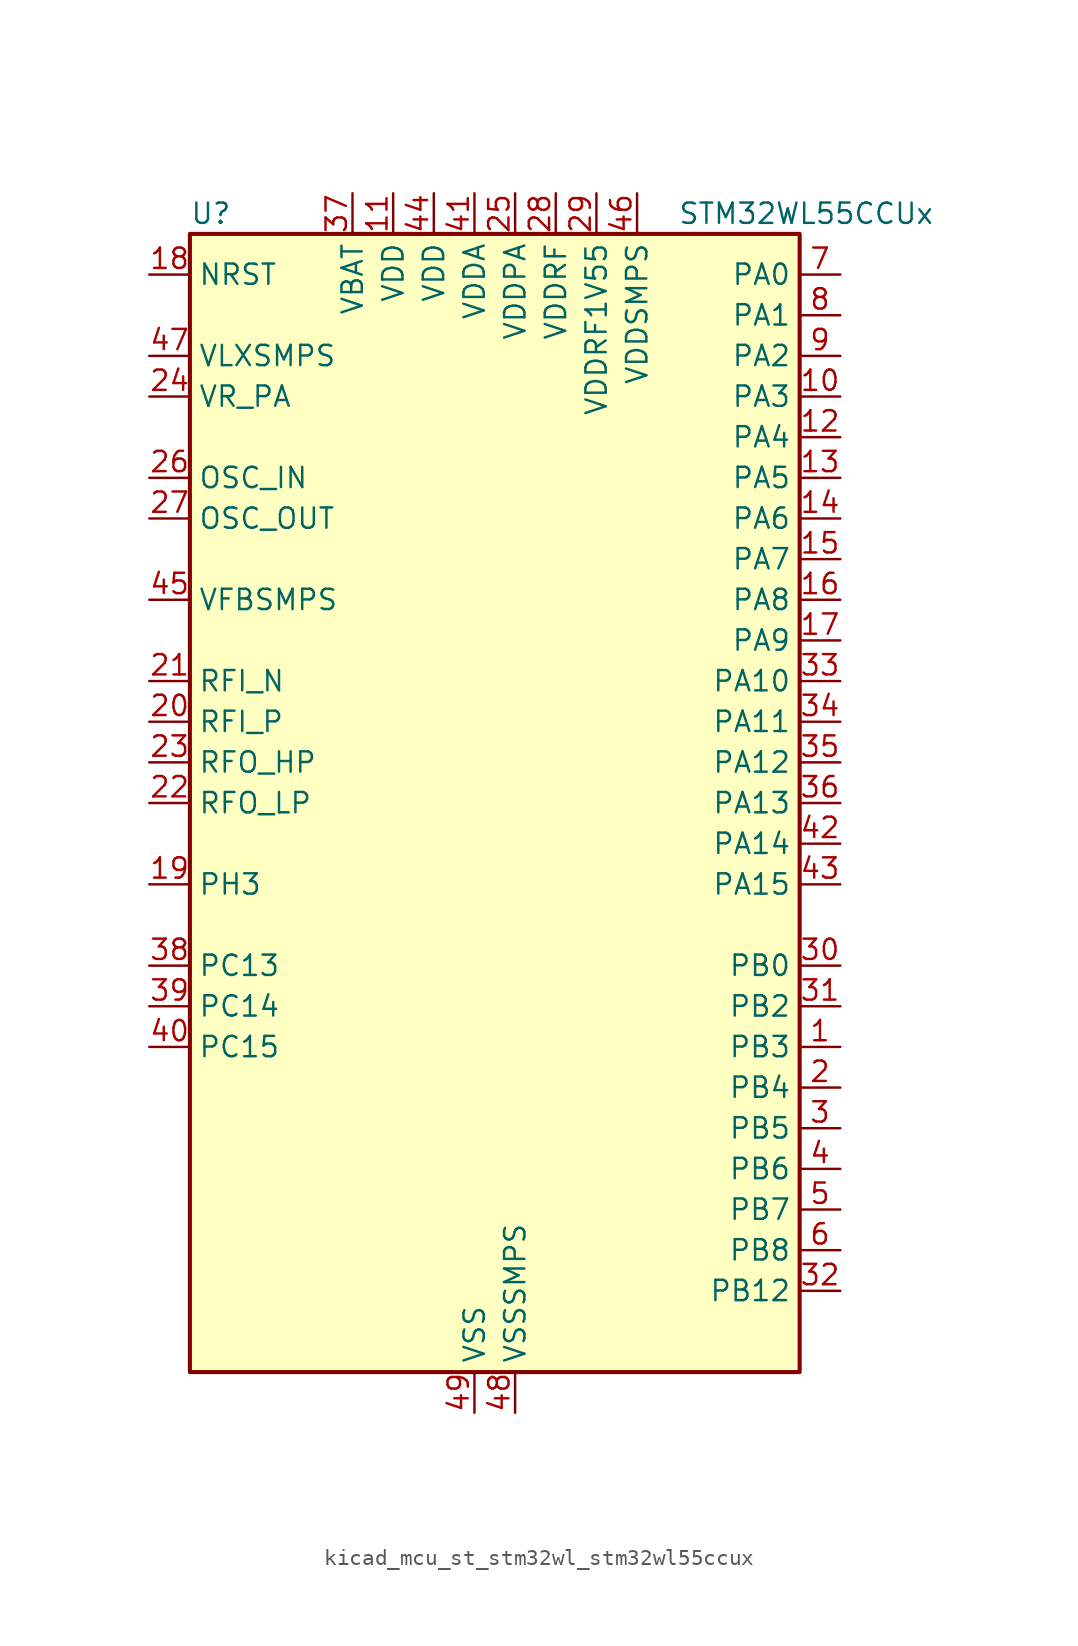
<source format=kicad_sym>
(kicad_symbol_lib
  (version 20220914)
  (generator kicad_symbol_editor)
  (symbol "kicad_mcu_st_stm32wl_stm32wl55ccux"
    (property "Reference" "U"
      (at -17.78 36.83 0)
      (effects (font (size 1.27 1.27)) (justify left)))
    (property "Value" "STM32WL55CCUx"
      (at 12.7 36.83 0)
      (effects (font (size 1.27 1.27)) (justify left)))
    (property "ki_locked" ""
      (at 0 0 0)
      (effects (font (size 1.27 1.27))))
    (symbol "kicad_mcu_st_stm32wl_stm32wl55ccux_0_1"
      (rectangle (start -17.78 -35.56) (end 20.32 35.56) (stroke (width 0.254) (type default)) (fill (type background))))
    (symbol "kicad_mcu_st_stm32wl_stm32wl55ccux_1_1"
      (pin bidirectional line (at 22.86 -15.24 180) (length 2.54) (name "PB3" (effects (font (size 1.27 1.27)))) (number "1" (effects (font (size 1.27 1.27)))) (alternate "ADC_IN2" bidirectional line) (alternate "COMP1_INM" bidirectional line) (alternate "COMP2_INM" bidirectional line) (alternate "DEBUG_JTDO-SWO" bidirectional line) (alternate "DEBUG_RF-DTB1" bidirectional line) (alternate "PWR_WKUP3" bidirectional line) (alternate "RTC_TAMP_IN3" bidirectional line) (alternate "SPI1_SCK" bidirectional line) (alternate "TIM2_CH2" bidirectional line) (alternate "USART1_DE" bidirectional line) (alternate "USART1_RTS" bidirectional line))
      (pin bidirectional line (at 22.86 25.4 180) (length 2.54) (name "PA3" (effects (font (size 1.27 1.27)))) (number "10" (effects (font (size 1.27 1.27)))) (alternate "I2S2_MCK" bidirectional line) (alternate "LPUART1_RX" bidirectional line) (alternate "TIM2_CH4" bidirectional line) (alternate "USART2_RX" bidirectional line))
      (pin power_in line (at -5.08 38.1 270) (length 2.54) (name "VDD" (effects (font (size 1.27 1.27)))) (number "11" (effects (font (size 1.27 1.27)))))
      (pin bidirectional line (at 22.86 22.86 180) (length 2.54) (name "PA4" (effects (font (size 1.27 1.27)))) (number "12" (effects (font (size 1.27 1.27)))) (alternate "DEBUG_SUBGHZSPI-NSSOUT" bidirectional line) (alternate "LPTIM1_OUT" bidirectional line) (alternate "LPTIM2_OUT" bidirectional line) (alternate "RTC_OUT2" bidirectional line) (alternate "SPI1_NSS" bidirectional line) (alternate "USART2_CK" bidirectional line))
      (pin bidirectional line (at 22.86 20.32 180) (length 2.54) (name "PA5" (effects (font (size 1.27 1.27)))) (number "13" (effects (font (size 1.27 1.27)))) (alternate "DEBUG_SUBGHZSPI-SCKOUT" bidirectional line) (alternate "LPTIM2_ETR" bidirectional line) (alternate "SPI1_SCK" bidirectional line) (alternate "SPI2_MISO" bidirectional line) (alternate "TIM2_CH1" bidirectional line) (alternate "TIM2_ETR" bidirectional line))
      (pin bidirectional line (at 22.86 17.78 180) (length 2.54) (name "PA6" (effects (font (size 1.27 1.27)))) (number "14" (effects (font (size 1.27 1.27)))) (alternate "DEBUG_SUBGHZSPI-MISOOUT" bidirectional line) (alternate "I2C2_SMBA" bidirectional line) (alternate "LPUART1_CTS" bidirectional line) (alternate "SPI1_MISO" bidirectional line) (alternate "TIM16_CH1" bidirectional line) (alternate "TIM1_BKIN" bidirectional line))
      (pin bidirectional line (at 22.86 15.24 180) (length 2.54) (name "PA7" (effects (font (size 1.27 1.27)))) (number "15" (effects (font (size 1.27 1.27)))) (alternate "COMP2_OUT" bidirectional line) (alternate "DEBUG_SUBGHZSPI-MOSIOUT" bidirectional line) (alternate "I2C3_SCL" bidirectional line) (alternate "SPI1_MOSI" bidirectional line) (alternate "TIM17_CH1" bidirectional line) (alternate "TIM1_CH1N" bidirectional line))
      (pin bidirectional line (at 22.86 12.7 180) (length 2.54) (name "PA8" (effects (font (size 1.27 1.27)))) (number "16" (effects (font (size 1.27 1.27)))) (alternate "I2S2_CK" bidirectional line) (alternate "LPTIM2_OUT" bidirectional line) (alternate "RCC_MCO" bidirectional line) (alternate "SPI2_SCK" bidirectional line) (alternate "TIM1_CH1" bidirectional line) (alternate "USART1_CK" bidirectional line))
      (pin bidirectional line (at 22.86 10.16 180) (length 2.54) (name "PA9" (effects (font (size 1.27 1.27)))) (number "17" (effects (font (size 1.27 1.27)))) (alternate "DAC_EXTI9" bidirectional line) (alternate "I2C1_SCL" bidirectional line) (alternate "I2S2_CK" bidirectional line) (alternate "I2S2_WS" bidirectional line) (alternate "SPI2_NSS" bidirectional line) (alternate "SPI2_SCK" bidirectional line) (alternate "TIM1_CH2" bidirectional line) (alternate "USART1_TX" bidirectional line))
      (pin input line (at -20.32 33.02 0) (length 2.54) (name "NRST" (effects (font (size 1.27 1.27)))) (number "18" (effects (font (size 1.27 1.27)))))
      (pin bidirectional line (at -20.32 -5.08 0) (length 2.54) (name "PH3" (effects (font (size 1.27 1.27)))) (number "19" (effects (font (size 1.27 1.27)))))
      (pin bidirectional line (at 22.86 -17.78 180) (length 2.54) (name "PB4" (effects (font (size 1.27 1.27)))) (number "2" (effects (font (size 1.27 1.27)))) (alternate "ADC_IN3" bidirectional line) (alternate "COMP1_INP" bidirectional line) (alternate "COMP2_INP" bidirectional line) (alternate "DEBUG_JTRST" bidirectional line) (alternate "DEBUG_RF-LDORDY" bidirectional line) (alternate "I2C3_SDA" bidirectional line) (alternate "SPI1_MISO" bidirectional line) (alternate "TIM17_BKIN" bidirectional line) (alternate "USART1_CTS" bidirectional line) (alternate "USART1_NSS" bidirectional line))
      (pin bidirectional line (at -20.32 5.08 0) (length 2.54) (name "RFI_P" (effects (font (size 1.27 1.27)))) (number "20" (effects (font (size 1.27 1.27)))))
      (pin bidirectional line (at -20.32 7.62 0) (length 2.54) (name "RFI_N" (effects (font (size 1.27 1.27)))) (number "21" (effects (font (size 1.27 1.27)))))
      (pin bidirectional line (at -20.32 0 0) (length 2.54) (name "RFO_LP" (effects (font (size 1.27 1.27)))) (number "22" (effects (font (size 1.27 1.27)))))
      (pin bidirectional line (at -20.32 2.54 0) (length 2.54) (name "RFO_HP" (effects (font (size 1.27 1.27)))) (number "23" (effects (font (size 1.27 1.27)))))
      (pin power_in line (at -20.32 25.4 0) (length 2.54) (name "VR_PA" (effects (font (size 1.27 1.27)))) (number "24" (effects (font (size 1.27 1.27)))))
      (pin power_in line (at 2.54 38.1 270) (length 2.54) (name "VDDPA" (effects (font (size 1.27 1.27)))) (number "25" (effects (font (size 1.27 1.27)))))
      (pin input line (at -20.32 20.32 0) (length 2.54) (name "OSC_IN" (effects (font (size 1.27 1.27)))) (number "26" (effects (font (size 1.27 1.27)))) (alternate "RCC_OSC_IN" bidirectional line))
      (pin input line (at -20.32 17.78 0) (length 2.54) (name "OSC_OUT" (effects (font (size 1.27 1.27)))) (number "27" (effects (font (size 1.27 1.27)))) (alternate "RCC_OSC_OUT" bidirectional line))
      (pin power_in line (at 5.08 38.1 270) (length 2.54) (name "VDDRF" (effects (font (size 1.27 1.27)))) (number "28" (effects (font (size 1.27 1.27)))))
      (pin power_in line (at 7.62 38.1 270) (length 2.54) (name "VDDRF1V55" (effects (font (size 1.27 1.27)))) (number "29" (effects (font (size 1.27 1.27)))))
      (pin bidirectional line (at 22.86 -20.32 180) (length 2.54) (name "PB5" (effects (font (size 1.27 1.27)))) (number "3" (effects (font (size 1.27 1.27)))) (alternate "COMP2_OUT" bidirectional line) (alternate "I2C1_SMBA" bidirectional line) (alternate "LPTIM1_IN1" bidirectional line) (alternate "SPI1_MOSI" bidirectional line) (alternate "TIM16_BKIN" bidirectional line) (alternate "USART1_CK" bidirectional line))
      (pin bidirectional line (at 22.86 -10.16 180) (length 2.54) (name "PB0" (effects (font (size 1.27 1.27)))) (number "30" (effects (font (size 1.27 1.27)))) (alternate "COMP1_OUT" bidirectional line) (alternate "VDDTCXO" bidirectional line))
      (pin bidirectional line (at 22.86 -12.7 180) (length 2.54) (name "PB2" (effects (font (size 1.27 1.27)))) (number "31" (effects (font (size 1.27 1.27)))) (alternate "ADC_IN4" bidirectional line) (alternate "COMP1_INP" bidirectional line) (alternate "COMP2_INM" bidirectional line) (alternate "DEBUG_RF-SMPSRDY" bidirectional line) (alternate "I2C3_SMBA" bidirectional line) (alternate "LPTIM1_OUT" bidirectional line) (alternate "SPI1_NSS" bidirectional line))
      (pin bidirectional line (at 22.86 -30.48 180) (length 2.54) (name "PB12" (effects (font (size 1.27 1.27)))) (number "32" (effects (font (size 1.27 1.27)))) (alternate "I2C3_SMBA" bidirectional line) (alternate "I2S2_WS" bidirectional line) (alternate "LPUART1_RTS" bidirectional line) (alternate "SPI2_NSS" bidirectional line) (alternate "TIM1_BKIN" bidirectional line))
      (pin bidirectional line (at 22.86 7.62 180) (length 2.54) (name "PA10" (effects (font (size 1.27 1.27)))) (number "33" (effects (font (size 1.27 1.27)))) (alternate "ADC_IN6" bidirectional line) (alternate "COMP1_INM" bidirectional line) (alternate "COMP2_INM" bidirectional line) (alternate "DAC_OUT1" bidirectional line) (alternate "DEBUG_RF-HSE32RDY" bidirectional line) (alternate "I2C1_SDA" bidirectional line) (alternate "I2S2_SD" bidirectional line) (alternate "RTC_REFIN" bidirectional line) (alternate "SPI2_MOSI" bidirectional line) (alternate "TIM17_BKIN" bidirectional line) (alternate "TIM1_CH3" bidirectional line) (alternate "USART1_RX" bidirectional line))
      (pin bidirectional line (at 22.86 5.08 180) (length 2.54) (name "PA11" (effects (font (size 1.27 1.27)))) (number "34" (effects (font (size 1.27 1.27)))) (alternate "ADC_EXTI11" bidirectional line) (alternate "ADC_IN7" bidirectional line) (alternate "COMP1_INM" bidirectional line) (alternate "COMP2_INM" bidirectional line) (alternate "DEBUG_RF-NRESET" bidirectional line) (alternate "I2C2_SDA" bidirectional line) (alternate "LPTIM3_ETR" bidirectional line) (alternate "SPI1_MISO" bidirectional line) (alternate "TIM1_BKIN2" bidirectional line) (alternate "TIM1_CH4" bidirectional line) (alternate "USART1_CTS" bidirectional line) (alternate "USART1_NSS" bidirectional line))
      (pin bidirectional line (at 22.86 2.54 180) (length 2.54) (name "PA12" (effects (font (size 1.27 1.27)))) (number "35" (effects (font (size 1.27 1.27)))) (alternate "ADC_IN8" bidirectional line) (alternate "DEBUG_RF-BUSY" bidirectional line) (alternate "I2C2_SCL" bidirectional line) (alternate "LPTIM3_IN1" bidirectional line) (alternate "SPI1_MOSI" bidirectional line) (alternate "TIM1_ETR" bidirectional line) (alternate "USART1_DE" bidirectional line) (alternate "USART1_RTS" bidirectional line))
      (pin bidirectional line (at 22.86 0 180) (length 2.54) (name "PA13" (effects (font (size 1.27 1.27)))) (number "36" (effects (font (size 1.27 1.27)))) (alternate "ADC_IN9" bidirectional line) (alternate "DEBUG_JTMS-SWDIO" bidirectional line) (alternate "I2C2_SMBA" bidirectional line) (alternate "IR_OUT" bidirectional line))
      (pin power_in line (at -7.62 38.1 270) (length 2.54) (name "VBAT" (effects (font (size 1.27 1.27)))) (number "37" (effects (font (size 1.27 1.27)))))
      (pin bidirectional line (at -20.32 -10.16 0) (length 2.54) (name "PC13" (effects (font (size 1.27 1.27)))) (number "38" (effects (font (size 1.27 1.27)))) (alternate "PWR_WKUP2" bidirectional line) (alternate "RTC_OUT1" bidirectional line) (alternate "RTC_TAMP_IN1" bidirectional line) (alternate "RTC_TS" bidirectional line))
      (pin bidirectional line (at -20.32 -12.7 0) (length 2.54) (name "PC14" (effects (font (size 1.27 1.27)))) (number "39" (effects (font (size 1.27 1.27)))) (alternate "RCC_OSC32_IN" bidirectional line))
      (pin bidirectional line (at 22.86 -22.86 180) (length 2.54) (name "PB6" (effects (font (size 1.27 1.27)))) (number "4" (effects (font (size 1.27 1.27)))) (alternate "I2C1_SCL" bidirectional line) (alternate "LPTIM1_ETR" bidirectional line) (alternate "TIM16_CH1N" bidirectional line) (alternate "USART1_TX" bidirectional line))
      (pin bidirectional line (at -20.32 -15.24 0) (length 2.54) (name "PC15" (effects (font (size 1.27 1.27)))) (number "40" (effects (font (size 1.27 1.27)))) (alternate "RCC_OSC32_OUT" bidirectional line))
      (pin power_in line (at 0 38.1 270) (length 2.54) (name "VDDA" (effects (font (size 1.27 1.27)))) (number "41" (effects (font (size 1.27 1.27)))))
      (pin bidirectional line (at 22.86 -2.54 180) (length 2.54) (name "PA14" (effects (font (size 1.27 1.27)))) (number "42" (effects (font (size 1.27 1.27)))) (alternate "ADC_IN10" bidirectional line) (alternate "DEBUG_JTCK-SWCLK" bidirectional line) (alternate "I2C1_SMBA" bidirectional line) (alternate "LPTIM1_OUT" bidirectional line))
      (pin bidirectional line (at 22.86 -5.08 180) (length 2.54) (name "PA15" (effects (font (size 1.27 1.27)))) (number "43" (effects (font (size 1.27 1.27)))) (alternate "ADC_IN11" bidirectional line) (alternate "COMP1_INM" bidirectional line) (alternate "COMP2_INP" bidirectional line) (alternate "DEBUG_JTDI" bidirectional line) (alternate "I2C2_SDA" bidirectional line) (alternate "SPI1_NSS" bidirectional line) (alternate "TIM2_CH1" bidirectional line) (alternate "TIM2_ETR" bidirectional line))
      (pin power_in line (at -2.54 38.1 270) (length 2.54) (name "VDD" (effects (font (size 1.27 1.27)))) (number "44" (effects (font (size 1.27 1.27)))))
      (pin input line (at -20.32 12.7 0) (length 2.54) (name "VFBSMPS" (effects (font (size 1.27 1.27)))) (number "45" (effects (font (size 1.27 1.27)))))
      (pin power_in line (at 10.16 38.1 270) (length 2.54) (name "VDDSMPS" (effects (font (size 1.27 1.27)))) (number "46" (effects (font (size 1.27 1.27)))))
      (pin power_in line (at -20.32 27.94 0) (length 2.54) (name "VLXSMPS" (effects (font (size 1.27 1.27)))) (number "47" (effects (font (size 1.27 1.27)))))
      (pin power_in line (at 2.54 -38.1 90) (length 2.54) (name "VSSSMPS" (effects (font (size 1.27 1.27)))) (number "48" (effects (font (size 1.27 1.27)))))
      (pin power_in line (at 0 -38.1 90) (length 2.54) (name "VSS" (effects (font (size 1.27 1.27)))) (number "49" (effects (font (size 1.27 1.27)))))
      (pin bidirectional line (at 22.86 -25.4 180) (length 2.54) (name "PB7" (effects (font (size 1.27 1.27)))) (number "5" (effects (font (size 1.27 1.27)))) (alternate "I2C1_SDA" bidirectional line) (alternate "LPTIM1_IN2" bidirectional line) (alternate "PWR_PVD_IN" bidirectional line) (alternate "TIM17_CH1N" bidirectional line) (alternate "TIM1_BKIN" bidirectional line) (alternate "USART1_RX" bidirectional line))
      (pin bidirectional line (at 22.86 -27.94 180) (length 2.54) (name "PB8" (effects (font (size 1.27 1.27)))) (number "6" (effects (font (size 1.27 1.27)))) (alternate "I2C1_SCL" bidirectional line) (alternate "TIM16_CH1" bidirectional line) (alternate "TIM1_CH2N" bidirectional line))
      (pin bidirectional line (at 22.86 33.02 180) (length 2.54) (name "PA0" (effects (font (size 1.27 1.27)))) (number "7" (effects (font (size 1.27 1.27)))) (alternate "COMP1_OUT" bidirectional line) (alternate "DEBUG_PWR-REGLP1S" bidirectional line) (alternate "I2C3_SMBA" bidirectional line) (alternate "I2S_CKIN" bidirectional line) (alternate "PWR_WKUP1" bidirectional line) (alternate "RTC_TAMP_IN2" bidirectional line) (alternate "TIM2_CH1" bidirectional line) (alternate "TIM2_ETR" bidirectional line) (alternate "USART2_CTS" bidirectional line) (alternate "USART2_NSS" bidirectional line))
      (pin bidirectional line (at 22.86 30.48 180) (length 2.54) (name "PA1" (effects (font (size 1.27 1.27)))) (number "8" (effects (font (size 1.27 1.27)))) (alternate "DEBUG_PWR-REGLP2S" bidirectional line) (alternate "I2C1_SMBA" bidirectional line) (alternate "LPTIM3_OUT" bidirectional line) (alternate "LPUART1_RTS" bidirectional line) (alternate "SPI1_SCK" bidirectional line) (alternate "TIM2_CH2" bidirectional line) (alternate "USART2_DE" bidirectional line) (alternate "USART2_RTS" bidirectional line))
      (pin bidirectional line (at 22.86 27.94 180) (length 2.54) (name "PA2" (effects (font (size 1.27 1.27)))) (number "9" (effects (font (size 1.27 1.27)))) (alternate "COMP2_OUT" bidirectional line) (alternate "DEBUG_PWR-LDORDY" bidirectional line) (alternate "LPUART1_TX" bidirectional line) (alternate "RCC_LSCO" bidirectional line) (alternate "TIM2_CH3" bidirectional line) (alternate "USART2_TX" bidirectional line)))))
</source>
